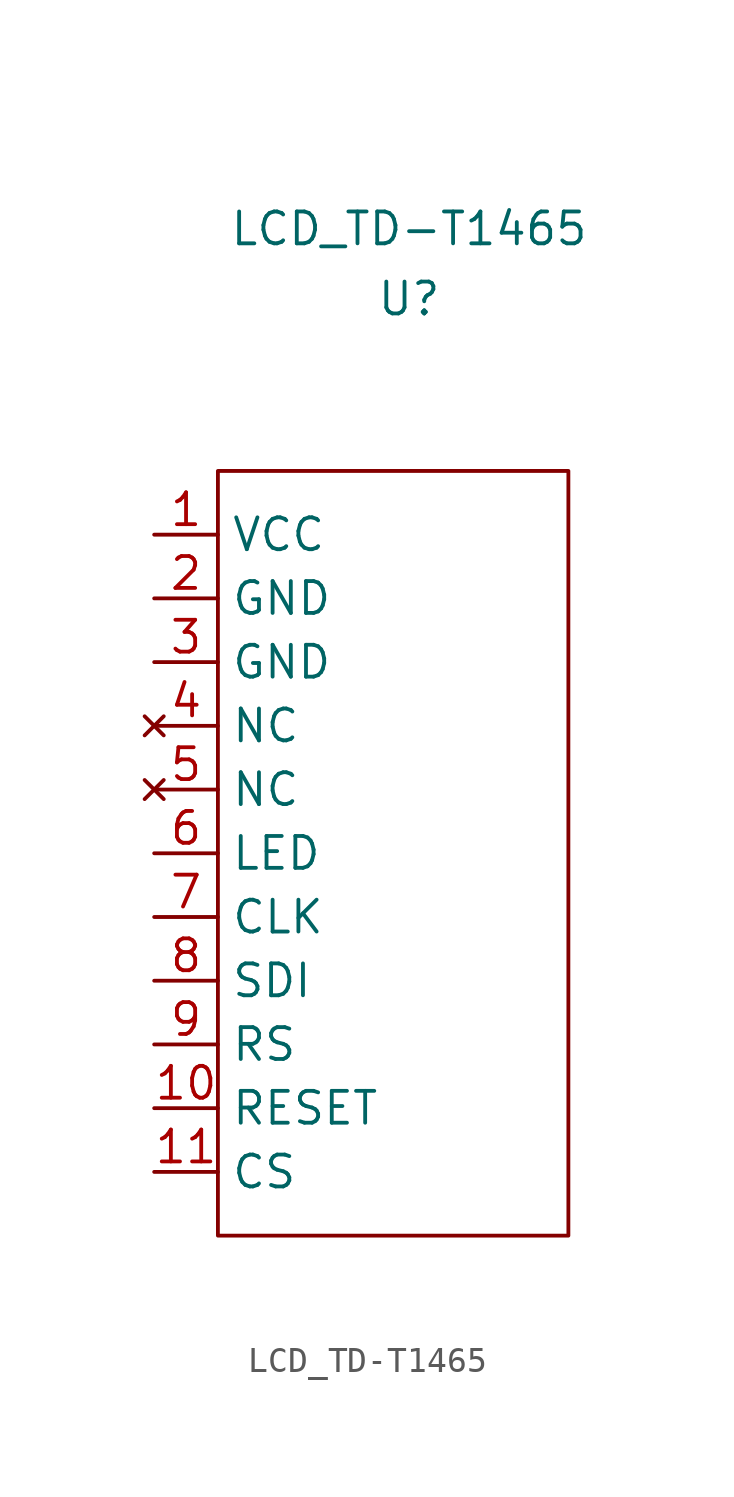
<source format=kicad_sym>
(kicad_symbol_lib
  (version 20231120)
  (generator "kicad_symbol_editor")
  (generator_version "8.0")
  (symbol "LCD_TD-T1465"
    (property "Reference" "U"
      (at 0 0.508 0)
      (effects (font (size 1.27 1.27))))
    (property "Value" "LCD_TD-T1465"
      (at 0 3.302 0)
      (effects (font (size 1.27 1.27))))
    (symbol "LCD_TD-T1465_0_1"
      (rectangle (start -7.62 -6.35) (end 6.35 -36.83) (stroke (width 0) (type default)) (fill (type none))))
    (symbol "LCD_TD-T1465_1_1"
      (pin power_in line (at -10.16 -8.89 0) (length 2.54) (name "VCC" (effects (font (size 1.27 1.27)))) (number "1" (effects (font (size 1.27 1.27)))))
      (pin input line (at -10.16 -31.75 0) (length 2.54) (name "RESET" (effects (font (size 1.27 1.27)))) (number "10" (effects (font (size 1.27 1.27)))))
      (pin input line (at -10.16 -34.29 0) (length 2.54) (name "CS" (effects (font (size 1.27 1.27)))) (number "11" (effects (font (size 1.27 1.27)))))
      (pin power_in line (at -10.16 -11.43 0) (length 2.54) (name "GND" (effects (font (size 1.27 1.27)))) (number "2" (effects (font (size 1.27 1.27)))))
      (pin power_in line (at -10.16 -13.97 0) (length 2.54) (name "GND" (effects (font (size 1.27 1.27)))) (number "3" (effects (font (size 1.27 1.27)))))
      (pin no_connect line (at -10.16 -16.51 0) (length 2.54) (name "NC" (effects (font (size 1.27 1.27)))) (number "4" (effects (font (size 1.27 1.27)))))
      (pin no_connect line (at -10.16 -19.05 0) (length 2.54) (name "NC" (effects (font (size 1.27 1.27)))) (number "5" (effects (font (size 1.27 1.27)))))
      (pin power_in line (at -10.16 -21.59 0) (length 2.54) (name "LED" (effects (font (size 1.27 1.27)))) (number "6" (effects (font (size 1.27 1.27)))))
      (pin input line (at -10.16 -24.13 0) (length 2.54) (name "CLK" (effects (font (size 1.27 1.27)))) (number "7" (effects (font (size 1.27 1.27)))))
      (pin input line (at -10.16 -26.67 0) (length 2.54) (name "SDI" (effects (font (size 1.27 1.27)))) (number "8" (effects (font (size 1.27 1.27)))))
      (pin input line (at -10.16 -29.21 0) (length 2.54) (name "RS" (effects (font (size 1.27 1.27)))) (number "9" (effects (font (size 1.27 1.27))))))))
</source>
